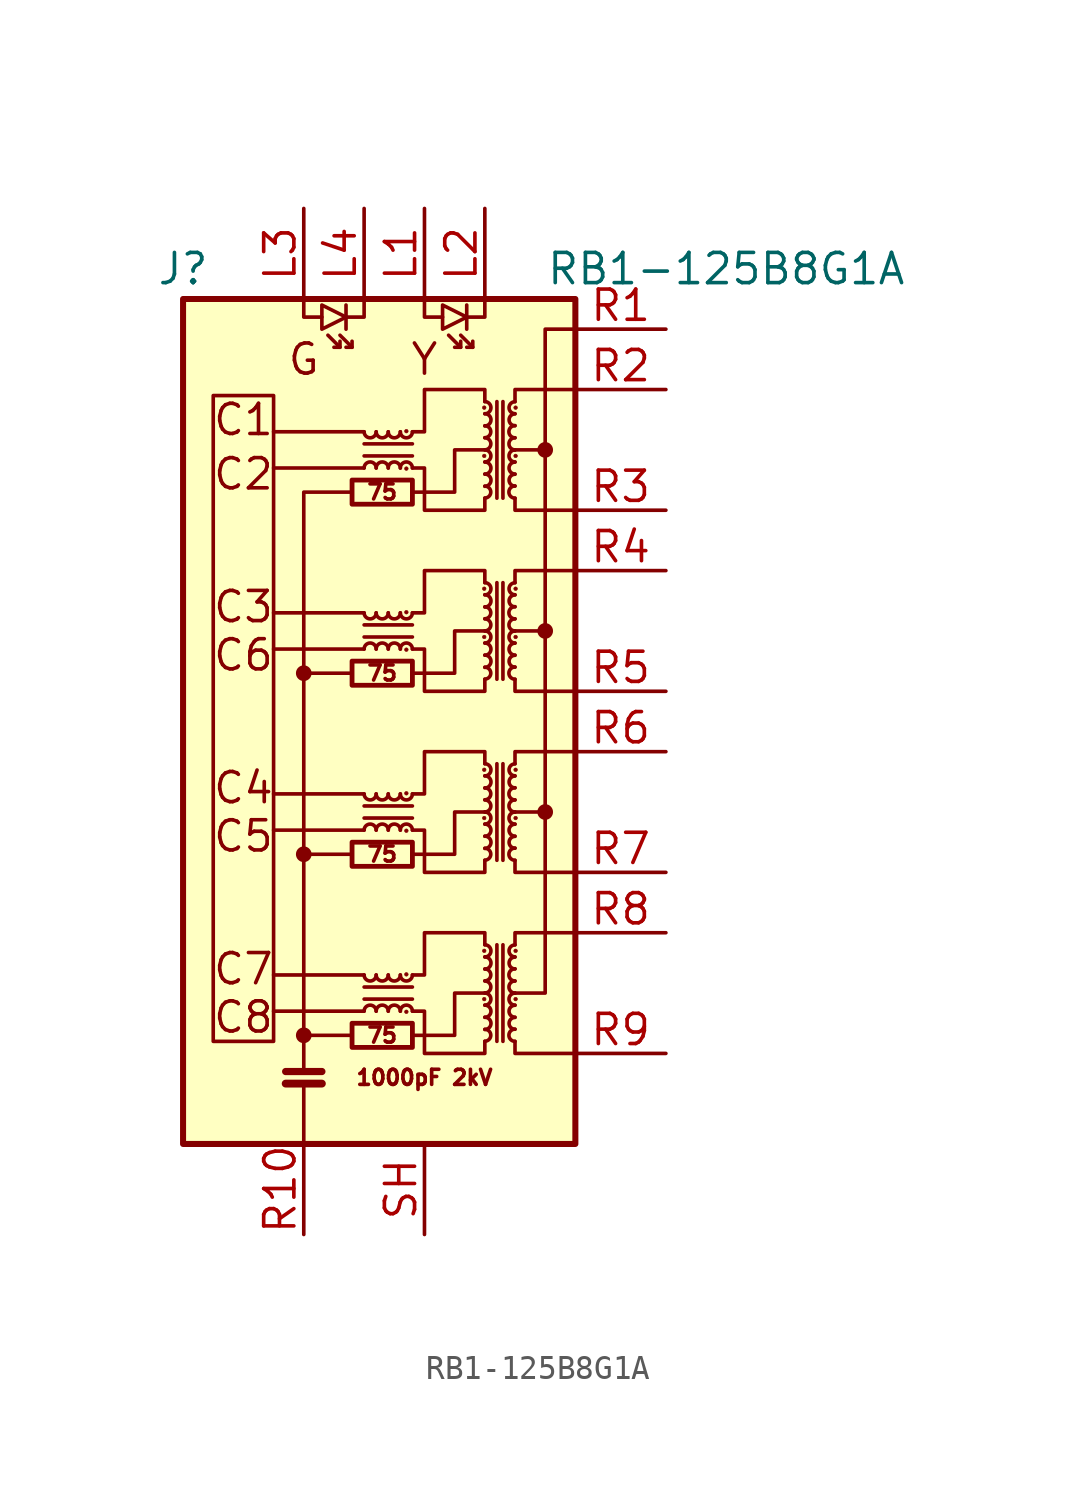
<source format=kicad_sym>
(kicad_symbol_lib
  (version 20220914)
  (generator kicad_symbol_editor)
  (symbol "RB1-125B8G1A"
    (pin_names hide)
    (property "Reference" "J"
      (at -7.62 20.32 0)
      (effects (font (size 1.27 1.27))))
    (property "Value" "RB1-125B8G1A"
      (at 15.24 20.32 0)
      (effects (font (size 1.27 1.27))))
    (symbol "RB1-125B8G1A_0_0"
      (polyline (pts (xy -0.508 -11.938) (xy -2.54 -11.938)) (stroke (width 0) (type solid)) (fill (type none)))
      (polyline (pts (xy 0 -10.922) (xy -3.81 -10.922)) (stroke (width 0) (type solid)) (fill (type none)))
      (polyline (pts (xy 0 -9.398) (xy -3.81 -9.398)) (stroke (width 0) (type solid)) (fill (type none)))
      (polyline (pts (xy 0 -3.302) (xy -3.81 -3.302)) (stroke (width 0) (type solid)) (fill (type none)))
      (polyline (pts (xy 0 -1.778) (xy -3.81 -1.778)) (stroke (width 0) (type solid)) (fill (type none)))
      (polyline (pts (xy 0 4.318) (xy -3.81 4.318)) (stroke (width 0) (type solid)) (fill (type none)))
      (polyline (pts (xy 0 5.842) (xy -3.81 5.842)) (stroke (width 0) (type solid)) (fill (type none)))
      (polyline (pts (xy 0 11.938) (xy -3.81 11.938)) (stroke (width 0) (type solid)) (fill (type none)))
      (polyline (pts (xy 0 13.462) (xy -3.81 13.462)) (stroke (width 0) (type solid)) (fill (type none)))
      (polyline (pts (xy 6.35 5.08) (xy 7.62 5.08)) (stroke (width 0) (type solid)) (fill (type none)))
      (polyline (pts (xy 7.62 -2.54) (xy 6.35 -2.54)) (stroke (width 0) (type solid)) (fill (type none)))
      (polyline (pts (xy 7.62 12.7) (xy 6.35 12.7)) (stroke (width 0) (type solid)) (fill (type none)))
      (polyline (pts (xy 2.032 -11.938) (xy 3.81 -11.938) (xy 3.81 -10.16) (xy 5.08 -10.16)) (stroke (width 0) (type solid)) (fill (type none)))
      (polyline (pts (xy 2.032 -4.318) (xy 3.81 -4.318) (xy 3.81 -2.54) (xy 5.08 -2.54)) (stroke (width 0) (type solid)) (fill (type none)))
      (polyline (pts (xy 2.032 3.302) (xy 3.81 3.302) (xy 3.81 5.08) (xy 5.08 5.08)) (stroke (width 0) (type solid)) (fill (type none)))
      (polyline (pts (xy 2.032 10.922) (xy 3.81 10.922) (xy 3.81 12.7) (xy 5.08 12.7)) (stroke (width 0) (type solid)) (fill (type none)))
      (text "1000pF 2kV" (at 2.54 -13.716 0) (effects (font (size 0.635 0.635))))
      (text "75" (at 0.762 -11.938 0) (effects (font (size 0.635 0.635))))
      (text "75" (at 0.762 -4.318 0) (effects (font (size 0.635 0.635))))
      (text "75" (at 0.762 3.302 0) (effects (font (size 0.635 0.635))))
      (text "75" (at 0.762 10.922 0) (effects (font (size 0.635 0.635))))
      (text "C1" (at -5.08 13.97 0) (effects (font (size 1.27 1.27))))
      (text "C2" (at -5.08 11.684 0) (effects (font (size 1.27 1.27))))
      (text "C3" (at -5.08 6.096 0) (effects (font (size 1.27 1.27))))
      (text "C4" (at -5.08 -1.524 0) (effects (font (size 1.27 1.27))))
      (text "C5" (at -5.08 -3.556 0) (effects (font (size 1.27 1.27))))
      (text "C6" (at -5.08 4.064 0) (effects (font (size 1.27 1.27))))
      (text "C7" (at -5.08 -9.144 0) (effects (font (size 1.27 1.27))))
      (text "C8" (at -5.08 -11.176 0) (effects (font (size 1.27 1.27))))
      (text "G" (at -2.54 16.51 0) (effects (font (size 1.27 1.27))))
      (text "Y" (at 2.54 16.51 0) (effects (font (size 1.27 1.27)))))
    (symbol "RB1-125B8G1A_0_1"
      (rectangle (start -3.81 -12.192) (end -6.35 14.986) (stroke (width 0) (type solid)) (fill (type none)))
      (circle (center -2.54 -11.938) (radius 0.254) (stroke (width 0) (type solid)) (fill (type outline)))
      (circle (center -2.54 -4.318) (radius 0.254) (stroke (width 0) (type solid)) (fill (type outline)))
      (circle (center -2.54 3.302) (radius 0.254) (stroke (width 0) (type solid)) (fill (type outline)))
      (rectangle (start -0.508 -12.446) (end 2.032 -11.43) (stroke (width 0.203) (type solid)) (fill (type none)))
      (rectangle (start -0.508 -4.826) (end 2.032 -3.81) (stroke (width 0.203) (type solid)) (fill (type none)))
      (rectangle (start -0.508 2.794) (end 2.032 3.81) (stroke (width 0.203) (type solid)) (fill (type none)))
      (rectangle (start -0.508 10.414) (end 2.032 11.43) (stroke (width 0.203) (type solid)) (fill (type none)))
      (arc (start 0 -9.398) (mid 0.254 -9.6509) (end 0.508 -9.398) (stroke (width 0) (type solid)) (fill (type none)))
      (arc (start 0 -1.778) (mid 0.254 -2.0309) (end 0.508 -1.778) (stroke (width 0) (type solid)) (fill (type none)))
      (polyline (pts (xy -3.302 -13.97) (xy -1.778 -13.97)) (stroke (width 0.33) (type solid)) (fill (type none)))
      (polyline (pts (xy -3.302 -13.462) (xy -1.778 -13.462)) (stroke (width 0.305) (type solid)) (fill (type none)))
      (polyline (pts (xy -2.54 -16.51) (xy -2.54 -13.97)) (stroke (width 0) (type solid)) (fill (type none)))
      (polyline (pts (xy -2.54 3.302) (xy -0.508 3.302)) (stroke (width 0) (type solid)) (fill (type none)))
      (polyline (pts (xy -1.016 17.018) (xy -1.524 17.526)) (stroke (width 0) (type solid)) (fill (type none)))
      (polyline (pts (xy -0.762 18.796) (xy -0.762 17.78)) (stroke (width 0) (type solid)) (fill (type none)))
      (polyline (pts (xy -0.508 -4.318) (xy -2.54 -4.318)) (stroke (width 0) (type solid)) (fill (type none)))
      (polyline (pts (xy -0.508 17.018) (xy -1.016 17.526)) (stroke (width 0) (type solid)) (fill (type none)))
      (polyline (pts (xy 0 -10.414) (xy 2.032 -10.414)) (stroke (width 0) (type solid)) (fill (type none)))
      (polyline (pts (xy 0 -2.794) (xy 2.032 -2.794)) (stroke (width 0) (type solid)) (fill (type none)))
      (polyline (pts (xy 0 4.826) (xy 2.032 4.826)) (stroke (width 0) (type solid)) (fill (type none)))
      (polyline (pts (xy 0 12.446) (xy 2.032 12.446)) (stroke (width 0) (type solid)) (fill (type none)))
      (polyline (pts (xy 2.032 -9.906) (xy 0 -9.906)) (stroke (width 0) (type solid)) (fill (type none)))
      (polyline (pts (xy 2.032 -2.286) (xy 0 -2.286)) (stroke (width 0) (type solid)) (fill (type none)))
      (polyline (pts (xy 2.032 5.334) (xy 0 5.334)) (stroke (width 0) (type solid)) (fill (type none)))
      (polyline (pts (xy 2.032 12.954) (xy 0 12.954)) (stroke (width 0) (type solid)) (fill (type none)))
      (polyline (pts (xy 4.064 17.018) (xy 3.556 17.526)) (stroke (width 0) (type solid)) (fill (type none)))
      (polyline (pts (xy 4.318 18.796) (xy 4.318 17.78)) (stroke (width 0) (type solid)) (fill (type none)))
      (polyline (pts (xy 4.572 17.018) (xy 4.064 17.526)) (stroke (width 0) (type solid)) (fill (type none)))
      (polyline (pts (xy 5.588 -8.128) (xy 5.588 -12.192)) (stroke (width 0) (type solid)) (fill (type none)))
      (polyline (pts (xy 5.588 -0.508) (xy 5.588 -4.572)) (stroke (width 0) (type solid)) (fill (type none)))
      (polyline (pts (xy 5.588 7.112) (xy 5.588 3.048)) (stroke (width 0) (type solid)) (fill (type none)))
      (polyline (pts (xy 5.588 14.732) (xy 5.588 10.668)) (stroke (width 0) (type solid)) (fill (type none)))
      (polyline (pts (xy 5.842 -12.192) (xy 5.842 -8.128)) (stroke (width 0) (type solid)) (fill (type none)))
      (polyline (pts (xy 5.842 -4.572) (xy 5.842 -0.508)) (stroke (width 0) (type solid)) (fill (type none)))
      (polyline (pts (xy 5.842 3.048) (xy 5.842 7.112)) (stroke (width 0) (type solid)) (fill (type none)))
      (polyline (pts (xy 5.842 10.668) (xy 5.842 14.732)) (stroke (width 0) (type solid)) (fill (type none)))
      (polyline (pts (xy -2.54 -13.462) (xy -2.54 10.922) (xy -0.508 10.922)) (stroke (width 0) (type solid)) (fill (type none)))
      (polyline (pts (xy -2.54 19.05) (xy -2.54 18.288) (xy -1.778 18.288)) (stroke (width 0) (type solid)) (fill (type none)))
      (polyline (pts (xy -1.016 17.272) (xy -1.016 17.018) (xy -1.27 17.018)) (stroke (width 0) (type solid)) (fill (type none)))
      (polyline (pts (xy -0.508 17.272) (xy -0.508 17.018) (xy -0.762 17.018)) (stroke (width 0) (type solid)) (fill (type none)))
      (polyline (pts (xy 0 19.05) (xy 0 18.288) (xy -0.762 18.288)) (stroke (width 0) (type solid)) (fill (type none)))
      (polyline (pts (xy 2.54 19.05) (xy 2.54 18.288) (xy 3.302 18.288)) (stroke (width 0) (type solid)) (fill (type none)))
      (polyline (pts (xy 4.064 17.272) (xy 4.064 17.018) (xy 3.81 17.018)) (stroke (width 0) (type solid)) (fill (type none)))
      (polyline (pts (xy 4.572 17.272) (xy 4.572 17.018) (xy 4.318 17.018)) (stroke (width 0) (type solid)) (fill (type none)))
      (polyline (pts (xy 5.08 19.05) (xy 5.08 18.288) (xy 4.318 18.288)) (stroke (width 0) (type solid)) (fill (type none)))
      (polyline (pts (xy 6.35 -12.192) (xy 6.35 -12.7) (xy 8.89 -12.7)) (stroke (width 0) (type solid)) (fill (type none)))
      (polyline (pts (xy 6.35 -8.128) (xy 6.35 -7.62) (xy 8.89 -7.62)) (stroke (width 0) (type solid)) (fill (type none)))
      (polyline (pts (xy 6.35 -4.572) (xy 6.35 -5.08) (xy 8.89 -5.08)) (stroke (width 0) (type solid)) (fill (type none)))
      (polyline (pts (xy 6.35 -0.508) (xy 6.35 0) (xy 8.89 0)) (stroke (width 0) (type solid)) (fill (type none)))
      (polyline (pts (xy 6.35 3.048) (xy 6.35 2.54) (xy 8.89 2.54)) (stroke (width 0) (type solid)) (fill (type none)))
      (polyline (pts (xy 6.35 7.112) (xy 6.35 7.62) (xy 8.89 7.62)) (stroke (width 0) (type solid)) (fill (type none)))
      (polyline (pts (xy 6.35 10.668) (xy 6.35 10.16) (xy 8.89 10.16)) (stroke (width 0) (type solid)) (fill (type none)))
      (polyline (pts (xy 6.35 14.732) (xy 6.35 15.24) (xy 8.89 15.24)) (stroke (width 0) (type solid)) (fill (type none)))
      (polyline (pts (xy -0.762 18.288) (xy -1.778 18.796) (xy -1.778 17.78) (xy -0.762 18.288)) (stroke (width 0) (type solid)) (fill (type none)))
      (polyline (pts (xy 4.318 18.288) (xy 3.302 18.796) (xy 3.302 17.78) (xy 4.318 18.288)) (stroke (width 0) (type solid)) (fill (type none)))
      (polyline (pts (xy 8.89 17.78) (xy 7.62 17.78) (xy 7.62 -10.16) (xy 6.35 -10.16)) (stroke (width 0) (type solid)) (fill (type none)))
      (polyline (pts (xy 2.032 -9.398) (xy 2.54 -9.398) (xy 2.54 -7.62) (xy 5.08 -7.62) (xy 5.08 -8.128)) (stroke (width 0) (type solid)) (fill (type none)))
      (polyline (pts (xy 2.032 -1.778) (xy 2.54 -1.778) (xy 2.54 0) (xy 5.08 0) (xy 5.08 -0.508)) (stroke (width 0) (type solid)) (fill (type none)))
      (polyline (pts (xy 2.032 5.842) (xy 2.54 5.842) (xy 2.54 7.62) (xy 5.08 7.62) (xy 5.08 7.112)) (stroke (width 0) (type solid)) (fill (type none)))
      (polyline (pts (xy 2.032 13.462) (xy 2.54 13.462) (xy 2.54 15.24) (xy 5.08 15.24) (xy 5.08 14.732)) (stroke (width 0) (type solid)) (fill (type none)))
      (polyline (pts (xy 5.08 -12.192) (xy 5.08 -12.7) (xy 2.54 -12.7) (xy 2.54 -10.922) (xy 2.032 -10.922)) (stroke (width 0) (type solid)) (fill (type none)))
      (polyline (pts (xy 5.08 -4.572) (xy 5.08 -5.08) (xy 2.54 -5.08) (xy 2.54 -3.302) (xy 2.032 -3.302)) (stroke (width 0) (type solid)) (fill (type none)))
      (polyline (pts (xy 5.08 3.048) (xy 5.08 2.54) (xy 2.54 2.54) (xy 2.54 4.318) (xy 2.032 4.318)) (stroke (width 0) (type solid)) (fill (type none)))
      (polyline (pts (xy 5.08 10.668) (xy 5.08 10.16) (xy 2.54 10.16) (xy 2.54 11.938) (xy 2.032 11.938)) (stroke (width 0) (type solid)) (fill (type none)))
      (arc (start 0 5.842) (mid 0.254 5.5891) (end 0.508 5.842) (stroke (width 0) (type solid)) (fill (type none)))
      (arc (start 0 13.462) (mid 0.254 13.2091) (end 0.508 13.462) (stroke (width 0) (type solid)) (fill (type none)))
      (arc (start 0.508 -10.922) (mid 0.254 -10.6691) (end 0 -10.922) (stroke (width 0) (type solid)) (fill (type none)))
      (arc (start 0.508 -9.398) (mid 0.762 -9.6509) (end 1.016 -9.398) (stroke (width 0) (type solid)) (fill (type none)))
      (arc (start 0.508 -3.302) (mid 0.254 -3.0491) (end 0 -3.302) (stroke (width 0) (type solid)) (fill (type none)))
      (arc (start 0.508 -1.778) (mid 0.762 -2.0309) (end 1.016 -1.778) (stroke (width 0) (type solid)) (fill (type none)))
      (arc (start 0.508 4.318) (mid 0.254 4.5709) (end 0 4.318) (stroke (width 0) (type solid)) (fill (type none)))
      (arc (start 0.508 5.842) (mid 0.762 5.5891) (end 1.016 5.842) (stroke (width 0) (type solid)) (fill (type none)))
      (arc (start 0.508 11.938) (mid 0.254 12.1909) (end 0 11.938) (stroke (width 0) (type solid)) (fill (type none)))
      (arc (start 0.508 13.462) (mid 0.762 13.2091) (end 1.016 13.462) (stroke (width 0) (type solid)) (fill (type none)))
      (arc (start 1.016 -10.922) (mid 0.762 -10.6691) (end 0.508 -10.922) (stroke (width 0) (type solid)) (fill (type none)))
      (arc (start 1.016 -9.398) (mid 1.27 -9.6509) (end 1.524 -9.398) (stroke (width 0) (type solid)) (fill (type none)))
      (arc (start 1.016 -3.302) (mid 0.762 -3.0491) (end 0.508 -3.302) (stroke (width 0) (type solid)) (fill (type none)))
      (arc (start 1.016 -1.778) (mid 1.27 -2.0309) (end 1.524 -1.778) (stroke (width 0) (type solid)) (fill (type none)))
      (arc (start 1.016 4.318) (mid 0.762 4.5709) (end 0.508 4.318) (stroke (width 0) (type solid)) (fill (type none)))
      (arc (start 1.016 5.842) (mid 1.27 5.5891) (end 1.524 5.842) (stroke (width 0) (type solid)) (fill (type none)))
      (arc (start 1.016 11.938) (mid 0.762 12.1909) (end 0.508 11.938) (stroke (width 0) (type solid)) (fill (type none)))
      (arc (start 1.016 13.462) (mid 1.27 13.2091) (end 1.524 13.462) (stroke (width 0) (type solid)) (fill (type none)))
      (arc (start 1.524 -10.922) (mid 1.27 -10.6691) (end 1.016 -10.922) (stroke (width 0) (type solid)) (fill (type none)))
      (arc (start 1.524 -9.398) (mid 1.778 -9.6509) (end 2.032 -9.398) (stroke (width 0) (type solid)) (fill (type none)))
      (arc (start 1.524 -3.302) (mid 1.27 -3.0491) (end 1.016 -3.302) (stroke (width 0) (type solid)) (fill (type none)))
      (arc (start 1.524 -1.778) (mid 1.778 -2.0309) (end 2.032 -1.778) (stroke (width 0) (type solid)) (fill (type none)))
      (arc (start 1.524 4.318) (mid 1.27 4.5709) (end 1.016 4.318) (stroke (width 0) (type solid)) (fill (type none)))
      (arc (start 1.524 5.842) (mid 1.778 5.5891) (end 2.032 5.842) (stroke (width 0) (type solid)) (fill (type none)))
      (arc (start 1.524 11.938) (mid 1.27 12.1909) (end 1.016 11.938) (stroke (width 0) (type solid)) (fill (type none)))
      (arc (start 1.524 13.462) (mid 1.778 13.2091) (end 2.032 13.462) (stroke (width 0) (type solid)) (fill (type none)))
      (circle (center 1.778 -10.947) (radius 0.076) (stroke (width 0.025) (type solid)) (fill (type outline)))
      (circle (center 1.778 -9.373) (radius 0.076) (stroke (width 0.025) (type solid)) (fill (type outline)))
      (circle (center 1.778 -3.327) (radius 0.076) (stroke (width 0.025) (type solid)) (fill (type outline)))
      (circle (center 1.778 -1.753) (radius 0.076) (stroke (width 0.025) (type solid)) (fill (type outline)))
      (circle (center 1.778 4.293) (radius 0.076) (stroke (width 0.025) (type solid)) (fill (type outline)))
      (circle (center 1.778 5.867) (radius 0.076) (stroke (width 0.025) (type solid)) (fill (type outline)))
      (circle (center 1.778 11.913) (radius 0.076) (stroke (width 0.025) (type solid)) (fill (type outline)))
      (circle (center 1.778 13.487) (radius 0.076) (stroke (width 0.025) (type solid)) (fill (type outline)))
      (arc (start 2.032 -10.922) (mid 1.778 -10.6691) (end 1.524 -10.922) (stroke (width 0) (type solid)) (fill (type none)))
      (arc (start 2.032 -3.302) (mid 1.778 -3.0491) (end 1.524 -3.302) (stroke (width 0) (type solid)) (fill (type none)))
      (arc (start 2.032 4.318) (mid 1.778 4.5709) (end 1.524 4.318) (stroke (width 0) (type solid)) (fill (type none)))
      (arc (start 2.032 11.938) (mid 1.778 12.1909) (end 1.524 11.938) (stroke (width 0) (type solid)) (fill (type none)))
      (circle (center 5.055 -10.414) (radius 0.076) (stroke (width 0.025) (type solid)) (fill (type outline)))
      (circle (center 5.055 -8.382) (radius 0.076) (stroke (width 0.025) (type solid)) (fill (type outline)))
      (circle (center 5.055 -2.794) (radius 0.076) (stroke (width 0.025) (type solid)) (fill (type outline)))
      (circle (center 5.055 -0.762) (radius 0.076) (stroke (width 0.025) (type solid)) (fill (type outline)))
      (circle (center 5.055 4.826) (radius 0.076) (stroke (width 0.025) (type solid)) (fill (type outline)))
      (circle (center 5.055 6.858) (radius 0.076) (stroke (width 0.025) (type solid)) (fill (type outline)))
      (circle (center 5.055 12.446) (radius 0.076) (stroke (width 0.025) (type solid)) (fill (type outline)))
      (circle (center 5.055 14.478) (radius 0.076) (stroke (width 0.025) (type solid)) (fill (type outline)))
      (arc (start 5.08 -12.192) (mid 5.3329 -11.938) (end 5.08 -11.684) (stroke (width 0) (type solid)) (fill (type none)))
      (arc (start 5.08 -11.684) (mid 5.3329 -11.43) (end 5.08 -11.176) (stroke (width 0) (type solid)) (fill (type none)))
      (arc (start 5.08 -11.176) (mid 5.3329 -10.922) (end 5.08 -10.668) (stroke (width 0) (type solid)) (fill (type none)))
      (arc (start 5.08 -10.668) (mid 5.3329 -10.414) (end 5.08 -10.16) (stroke (width 0) (type solid)) (fill (type none)))
      (arc (start 5.08 -10.16) (mid 5.3329 -9.906) (end 5.08 -9.652) (stroke (width 0) (type solid)) (fill (type none)))
      (arc (start 5.08 -9.652) (mid 5.3329 -9.398) (end 5.08 -9.144) (stroke (width 0) (type solid)) (fill (type none)))
      (arc (start 5.08 -9.144) (mid 5.3329 -8.89) (end 5.08 -8.636) (stroke (width 0) (type solid)) (fill (type none)))
      (arc (start 5.08 -8.636) (mid 5.3329 -8.382) (end 5.08 -8.128) (stroke (width 0) (type solid)) (fill (type none)))
      (arc (start 5.08 -4.572) (mid 5.3329 -4.318) (end 5.08 -4.064) (stroke (width 0) (type solid)) (fill (type none)))
      (arc (start 5.08 -4.064) (mid 5.3329 -3.81) (end 5.08 -3.556) (stroke (width 0) (type solid)) (fill (type none)))
      (arc (start 5.08 -3.556) (mid 5.3329 -3.302) (end 5.08 -3.048) (stroke (width 0) (type solid)) (fill (type none)))
      (arc (start 5.08 -3.048) (mid 5.3329 -2.794) (end 5.08 -2.54) (stroke (width 0) (type solid)) (fill (type none)))
      (arc (start 5.08 -2.54) (mid 5.3329 -2.286) (end 5.08 -2.032) (stroke (width 0) (type solid)) (fill (type none)))
      (arc (start 5.08 -2.032) (mid 5.3329 -1.778) (end 5.08 -1.524) (stroke (width 0) (type solid)) (fill (type none)))
      (arc (start 5.08 -1.524) (mid 5.3329 -1.27) (end 5.08 -1.016) (stroke (width 0) (type solid)) (fill (type none)))
      (arc (start 5.08 -1.016) (mid 5.3329 -0.762) (end 5.08 -0.508) (stroke (width 0) (type solid)) (fill (type none)))
      (arc (start 5.08 3.048) (mid 5.3329 3.302) (end 5.08 3.556) (stroke (width 0) (type solid)) (fill (type none)))
      (arc (start 5.08 3.556) (mid 5.3329 3.81) (end 5.08 4.064) (stroke (width 0) (type solid)) (fill (type none)))
      (arc (start 5.08 4.064) (mid 5.3329 4.318) (end 5.08 4.572) (stroke (width 0) (type solid)) (fill (type none)))
      (arc (start 5.08 4.572) (mid 5.3329 4.826) (end 5.08 5.08) (stroke (width 0) (type solid)) (fill (type none)))
      (arc (start 5.08 5.08) (mid 5.3329 5.334) (end 5.08 5.588) (stroke (width 0) (type solid)) (fill (type none)))
      (arc (start 5.08 5.588) (mid 5.3329 5.842) (end 5.08 6.096) (stroke (width 0) (type solid)) (fill (type none)))
      (arc (start 5.08 6.096) (mid 5.3329 6.35) (end 5.08 6.604) (stroke (width 0) (type solid)) (fill (type none)))
      (arc (start 5.08 6.604) (mid 5.3329 6.858) (end 5.08 7.112) (stroke (width 0) (type solid)) (fill (type none)))
      (arc (start 5.08 10.668) (mid 5.3329 10.922) (end 5.08 11.176) (stroke (width 0) (type solid)) (fill (type none)))
      (arc (start 5.08 11.176) (mid 5.3329 11.43) (end 5.08 11.684) (stroke (width 0) (type solid)) (fill (type none)))
      (arc (start 5.08 11.684) (mid 5.3329 11.938) (end 5.08 12.192) (stroke (width 0) (type solid)) (fill (type none)))
      (arc (start 5.08 12.192) (mid 5.3329 12.446) (end 5.08 12.7) (stroke (width 0) (type solid)) (fill (type none)))
      (arc (start 5.08 12.7) (mid 5.3329 12.954) (end 5.08 13.208) (stroke (width 0) (type solid)) (fill (type none)))
      (arc (start 5.08 13.208) (mid 5.3329 13.462) (end 5.08 13.716) (stroke (width 0) (type solid)) (fill (type none)))
      (arc (start 5.08 13.716) (mid 5.3329 13.97) (end 5.08 14.224) (stroke (width 0) (type solid)) (fill (type none)))
      (arc (start 5.08 14.224) (mid 5.3329 14.478) (end 5.08 14.732) (stroke (width 0) (type solid)) (fill (type none)))
      (arc (start 6.35 -11.684) (mid 6.0971 -11.938) (end 6.35 -12.192) (stroke (width 0) (type solid)) (fill (type none)))
      (arc (start 6.35 -11.176) (mid 6.0971 -11.43) (end 6.35 -11.684) (stroke (width 0) (type solid)) (fill (type none)))
      (arc (start 6.35 -10.668) (mid 6.0971 -10.922) (end 6.35 -11.176) (stroke (width 0) (type solid)) (fill (type none)))
      (arc (start 6.35 -10.16) (mid 6.0971 -10.414) (end 6.35 -10.668) (stroke (width 0) (type solid)) (fill (type none)))
      (arc (start 6.35 -9.652) (mid 6.0971 -9.906) (end 6.35 -10.16) (stroke (width 0) (type solid)) (fill (type none)))
      (arc (start 6.35 -9.144) (mid 6.0971 -9.398) (end 6.35 -9.652) (stroke (width 0) (type solid)) (fill (type none)))
      (arc (start 6.35 -8.636) (mid 6.0971 -8.89) (end 6.35 -9.144) (stroke (width 0) (type solid)) (fill (type none)))
      (arc (start 6.35 -8.128) (mid 6.0971 -8.382) (end 6.35 -8.636) (stroke (width 0) (type solid)) (fill (type none)))
      (arc (start 6.35 -4.064) (mid 6.0971 -4.318) (end 6.35 -4.572) (stroke (width 0) (type solid)) (fill (type none)))
      (arc (start 6.35 -3.556) (mid 6.0971 -3.81) (end 6.35 -4.064) (stroke (width 0) (type solid)) (fill (type none)))
      (arc (start 6.35 -3.048) (mid 6.0971 -3.302) (end 6.35 -3.556) (stroke (width 0) (type solid)) (fill (type none)))
      (arc (start 6.35 -2.54) (mid 6.0971 -2.794) (end 6.35 -3.048) (stroke (width 0) (type solid)) (fill (type none)))
      (arc (start 6.35 -2.032) (mid 6.0971 -2.286) (end 6.35 -2.54) (stroke (width 0) (type solid)) (fill (type none)))
      (arc (start 6.35 -1.524) (mid 6.0971 -1.778) (end 6.35 -2.032) (stroke (width 0) (type solid)) (fill (type none)))
      (arc (start 6.35 -1.016) (mid 6.0971 -1.27) (end 6.35 -1.524) (stroke (width 0) (type solid)) (fill (type none)))
      (arc (start 6.35 -0.508) (mid 6.0971 -0.762) (end 6.35 -1.016) (stroke (width 0) (type solid)) (fill (type none)))
      (arc (start 6.35 3.556) (mid 6.0971 3.302) (end 6.35 3.048) (stroke (width 0) (type solid)) (fill (type none)))
      (arc (start 6.35 4.064) (mid 6.0971 3.81) (end 6.35 3.556) (stroke (width 0) (type solid)) (fill (type none)))
      (arc (start 6.35 4.572) (mid 6.0971 4.318) (end 6.35 4.064) (stroke (width 0) (type solid)) (fill (type none)))
      (arc (start 6.35 5.08) (mid 6.0971 4.826) (end 6.35 4.572) (stroke (width 0) (type solid)) (fill (type none)))
      (arc (start 6.35 5.588) (mid 6.0971 5.334) (end 6.35 5.08) (stroke (width 0) (type solid)) (fill (type none)))
      (arc (start 6.35 6.096) (mid 6.0971 5.842) (end 6.35 5.588) (stroke (width 0) (type solid)) (fill (type none)))
      (arc (start 6.35 6.604) (mid 6.0971 6.35) (end 6.35 6.096) (stroke (width 0) (type solid)) (fill (type none)))
      (arc (start 6.35 7.112) (mid 6.0971 6.858) (end 6.35 6.604) (stroke (width 0) (type solid)) (fill (type none)))
      (arc (start 6.35 11.176) (mid 6.0971 10.922) (end 6.35 10.668) (stroke (width 0) (type solid)) (fill (type none)))
      (arc (start 6.35 11.684) (mid 6.0971 11.43) (end 6.35 11.176) (stroke (width 0) (type solid)) (fill (type none)))
      (arc (start 6.35 12.192) (mid 6.0971 11.938) (end 6.35 11.684) (stroke (width 0) (type solid)) (fill (type none)))
      (arc (start 6.35 12.7) (mid 6.0971 12.446) (end 6.35 12.192) (stroke (width 0) (type solid)) (fill (type none)))
      (arc (start 6.35 13.208) (mid 6.0971 12.954) (end 6.35 12.7) (stroke (width 0) (type solid)) (fill (type none)))
      (arc (start 6.35 13.716) (mid 6.0971 13.462) (end 6.35 13.208) (stroke (width 0) (type solid)) (fill (type none)))
      (arc (start 6.35 14.224) (mid 6.0971 13.97) (end 6.35 13.716) (stroke (width 0) (type solid)) (fill (type none)))
      (arc (start 6.35 14.732) (mid 6.0971 14.478) (end 6.35 14.224) (stroke (width 0) (type solid)) (fill (type none)))
      (circle (center 6.375 -10.414) (radius 0.076) (stroke (width 0.025) (type solid)) (fill (type outline)))
      (circle (center 6.375 -8.382) (radius 0.076) (stroke (width 0.025) (type solid)) (fill (type outline)))
      (circle (center 6.375 -2.794) (radius 0.076) (stroke (width 0.025) (type solid)) (fill (type outline)))
      (circle (center 6.375 -0.762) (radius 0.076) (stroke (width 0.025) (type solid)) (fill (type outline)))
      (circle (center 6.375 4.826) (radius 0.076) (stroke (width 0.025) (type solid)) (fill (type outline)))
      (circle (center 6.375 6.858) (radius 0.076) (stroke (width 0.025) (type solid)) (fill (type outline)))
      (circle (center 6.375 12.446) (radius 0.076) (stroke (width 0.025) (type solid)) (fill (type outline)))
      (circle (center 6.375 14.478) (radius 0.076) (stroke (width 0.025) (type solid)) (fill (type outline)))
      (circle (center 7.62 -2.54) (radius 0.254) (stroke (width 0) (type solid)) (fill (type outline)))
      (circle (center 7.62 5.08) (radius 0.254) (stroke (width 0) (type solid)) (fill (type outline)))
      (circle (center 7.62 12.7) (radius 0.254) (stroke (width 0) (type solid)) (fill (type outline)))
      (rectangle (start 8.89 19.05) (end -7.62 -16.51) (stroke (width 0.254) (type solid)) (fill (type background)))
      (pin power_in line (at -2.54 -20.32 90) (length 3.81) (name "GND" (effects (font (size 1.27 1.27)))) (number "R10" (effects (font (size 1.27 1.27))))))
    (symbol "RB1-125B8G1A_1_1"
      (pin passive line (at 2.54 22.86 270) (length 3.81) (name "~" (effects (font (size 1.27 1.27)))) (number "L1" (effects (font (size 1.27 1.27)))))
      (pin passive line (at 5.08 22.86 270) (length 3.81) (name "~" (effects (font (size 1.27 1.27)))) (number "L2" (effects (font (size 1.27 1.27)))))
      (pin passive line (at -2.54 22.86 270) (length 3.81) (name "~" (effects (font (size 1.27 1.27)))) (number "L3" (effects (font (size 1.27 1.27)))))
      (pin passive line (at 0 22.86 270) (length 3.81) (name "~" (effects (font (size 1.27 1.27)))) (number "L4" (effects (font (size 1.27 1.27)))))
      (pin passive line (at 12.7 17.78 180) (length 3.81) (name "CT" (effects (font (size 1.27 1.27)))) (number "R1" (effects (font (size 1.27 1.27)))))
      (pin passive line (at 12.7 15.24 180) (length 3.81) (name "TD1+" (effects (font (size 1.27 1.27)))) (number "R2" (effects (font (size 1.27 1.27)))))
      (pin passive line (at 12.7 10.16 180) (length 3.81) (name "TD1-" (effects (font (size 1.27 1.27)))) (number "R3" (effects (font (size 1.27 1.27)))))
      (pin passive line (at 12.7 7.62 180) (length 3.81) (name "TD2+" (effects (font (size 1.27 1.27)))) (number "R4" (effects (font (size 1.27 1.27)))))
      (pin passive line (at 12.7 2.54 180) (length 3.81) (name "TD2-" (effects (font (size 1.27 1.27)))) (number "R5" (effects (font (size 1.27 1.27)))))
      (pin passive line (at 12.7 0 180) (length 3.81) (name "TD3+" (effects (font (size 1.27 1.27)))) (number "R6" (effects (font (size 1.27 1.27)))))
      (pin passive line (at 12.7 -5.08 180) (length 3.81) (name "TD3-" (effects (font (size 1.27 1.27)))) (number "R7" (effects (font (size 1.27 1.27)))))
      (pin passive line (at 12.7 -7.62 180) (length 3.81) (name "TD4+" (effects (font (size 1.27 1.27)))) (number "R8" (effects (font (size 1.27 1.27)))))
      (pin passive line (at 12.7 -12.7 180) (length 3.81) (name "TD4-" (effects (font (size 1.27 1.27)))) (number "R9" (effects (font (size 1.27 1.27)))))
      (pin passive line (at 2.54 -20.32 90) (length 3.81) (name "SH" (effects (font (size 1.27 1.27)))) (number "SH" (effects (font (size 1.27 1.27))))))))
</source>
